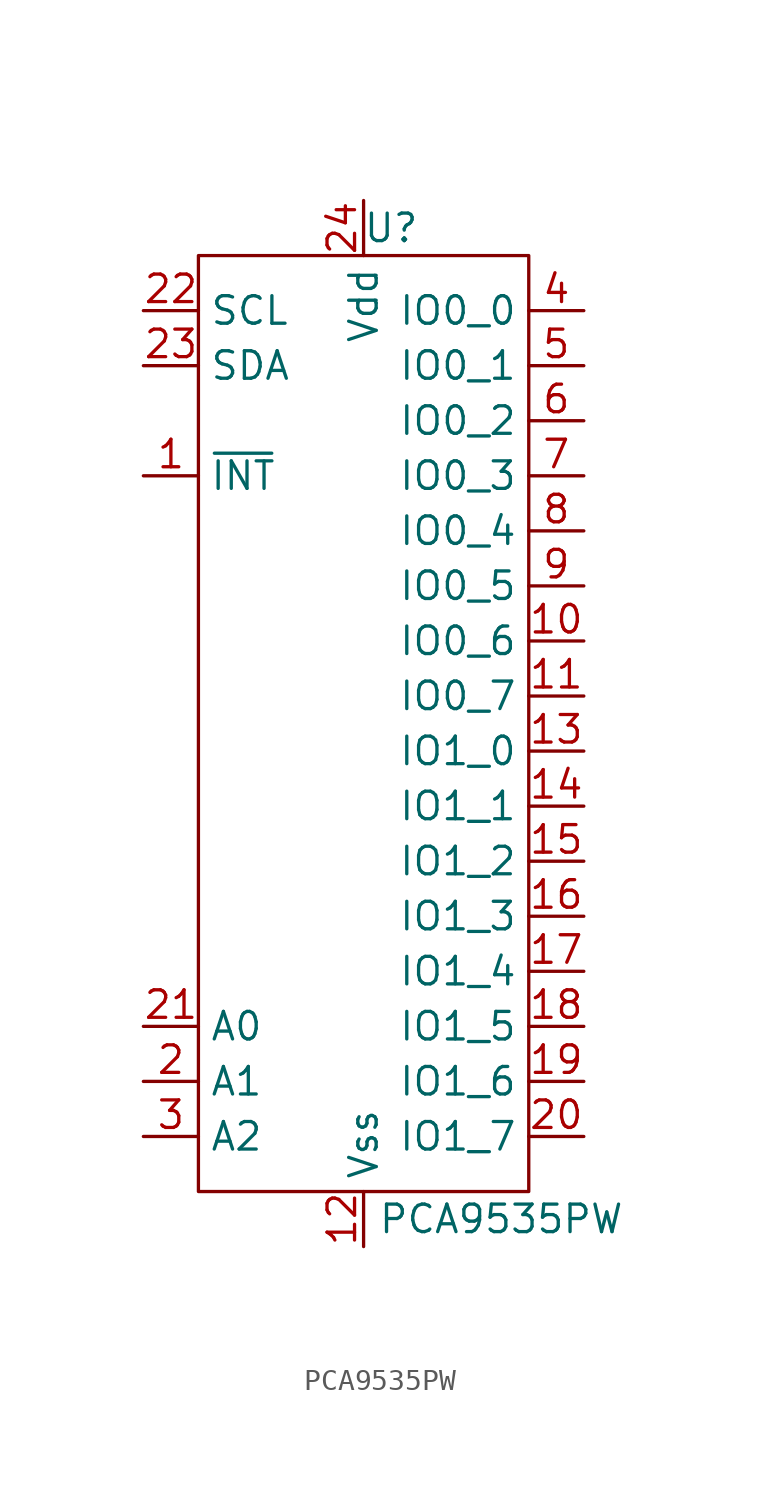
<source format=kicad_sym>
(kicad_symbol_lib
  (version 20211014)
  (generator kicad_symbol_editor)
  (symbol "PCA9535PW"
    (property "Reference" "U"
      (at 1.27 22.86 0)
      (effects (font (size 1.27 1.27))))
    (property "Value" "PCA9535PW"
      (at 6.35 -22.86 0)
      (effects (font (size 1.27 1.27))))
    (symbol "PCA9535PW_0_1"
      (rectangle (start 7.62 -21.59) (end -7.62 21.59) (stroke (width 0) (type default) (color 0 0 0 0)) (fill (type none))))
    (symbol "PCA9535PW_1_1"
      (pin output line (at -10.16 11.43 0) (length 2.54) (name "~{INT}" (effects (font (size 1.27 1.27)))) (number "1" (effects (font (size 1.27 1.27)))))
      (pin bidirectional line (at 10.16 3.81 180) (length 2.54) (name "IO0_6" (effects (font (size 1.27 1.27)))) (number "10" (effects (font (size 1.27 1.27)))))
      (pin bidirectional line (at 10.16 1.27 180) (length 2.54) (name "IO0_7" (effects (font (size 1.27 1.27)))) (number "11" (effects (font (size 1.27 1.27)))))
      (pin power_in line (at 0 -24.13 90) (length 2.54) (name "Vss" (effects (font (size 1.27 1.27)))) (number "12" (effects (font (size 1.27 1.27)))))
      (pin bidirectional line (at 10.16 -1.27 180) (length 2.54) (name "IO1_0" (effects (font (size 1.27 1.27)))) (number "13" (effects (font (size 1.27 1.27)))))
      (pin bidirectional line (at 10.16 -3.81 180) (length 2.54) (name "IO1_1" (effects (font (size 1.27 1.27)))) (number "14" (effects (font (size 1.27 1.27)))))
      (pin bidirectional line (at 10.16 -6.35 180) (length 2.54) (name "IO1_2" (effects (font (size 1.27 1.27)))) (number "15" (effects (font (size 1.27 1.27)))))
      (pin bidirectional line (at 10.16 -8.89 180) (length 2.54) (name "IO1_3" (effects (font (size 1.27 1.27)))) (number "16" (effects (font (size 1.27 1.27)))))
      (pin bidirectional line (at 10.16 -11.43 180) (length 2.54) (name "IO1_4" (effects (font (size 1.27 1.27)))) (number "17" (effects (font (size 1.27 1.27)))))
      (pin bidirectional line (at 10.16 -13.97 180) (length 2.54) (name "IO1_5" (effects (font (size 1.27 1.27)))) (number "18" (effects (font (size 1.27 1.27)))))
      (pin bidirectional line (at 10.16 -16.51 180) (length 2.54) (name "IO1_6" (effects (font (size 1.27 1.27)))) (number "19" (effects (font (size 1.27 1.27)))))
      (pin input line (at -10.16 -16.51 0) (length 2.54) (name "A1" (effects (font (size 1.27 1.27)))) (number "2" (effects (font (size 1.27 1.27)))))
      (pin bidirectional line (at 10.16 -19.05 180) (length 2.54) (name "IO1_7" (effects (font (size 1.27 1.27)))) (number "20" (effects (font (size 1.27 1.27)))))
      (pin input line (at -10.16 -13.97 0) (length 2.54) (name "A0" (effects (font (size 1.27 1.27)))) (number "21" (effects (font (size 1.27 1.27)))))
      (pin input line (at -10.16 19.05 0) (length 2.54) (name "SCL" (effects (font (size 1.27 1.27)))) (number "22" (effects (font (size 1.27 1.27)))))
      (pin bidirectional line (at -10.16 16.51 0) (length 2.54) (name "SDA" (effects (font (size 1.27 1.27)))) (number "23" (effects (font (size 1.27 1.27)))))
      (pin power_in line (at 0 24.13 270) (length 2.54) (name "Vdd" (effects (font (size 1.27 1.27)))) (number "24" (effects (font (size 1.27 1.27)))))
      (pin input line (at -10.16 -19.05 0) (length 2.54) (name "A2" (effects (font (size 1.27 1.27)))) (number "3" (effects (font (size 1.27 1.27)))))
      (pin bidirectional line (at 10.16 19.05 180) (length 2.54) (name "IO0_0" (effects (font (size 1.27 1.27)))) (number "4" (effects (font (size 1.27 1.27)))))
      (pin bidirectional line (at 10.16 16.51 180) (length 2.54) (name "IO0_1" (effects (font (size 1.27 1.27)))) (number "5" (effects (font (size 1.27 1.27)))))
      (pin bidirectional line (at 10.16 13.97 180) (length 2.54) (name "IO0_2" (effects (font (size 1.27 1.27)))) (number "6" (effects (font (size 1.27 1.27)))))
      (pin bidirectional line (at 10.16 11.43 180) (length 2.54) (name "IO0_3" (effects (font (size 1.27 1.27)))) (number "7" (effects (font (size 1.27 1.27)))))
      (pin bidirectional line (at 10.16 8.89 180) (length 2.54) (name "IO0_4" (effects (font (size 1.27 1.27)))) (number "8" (effects (font (size 1.27 1.27)))))
      (pin bidirectional line (at 10.16 6.35 180) (length 2.54) (name "IO0_5" (effects (font (size 1.27 1.27)))) (number "9" (effects (font (size 1.27 1.27))))))))
</source>
